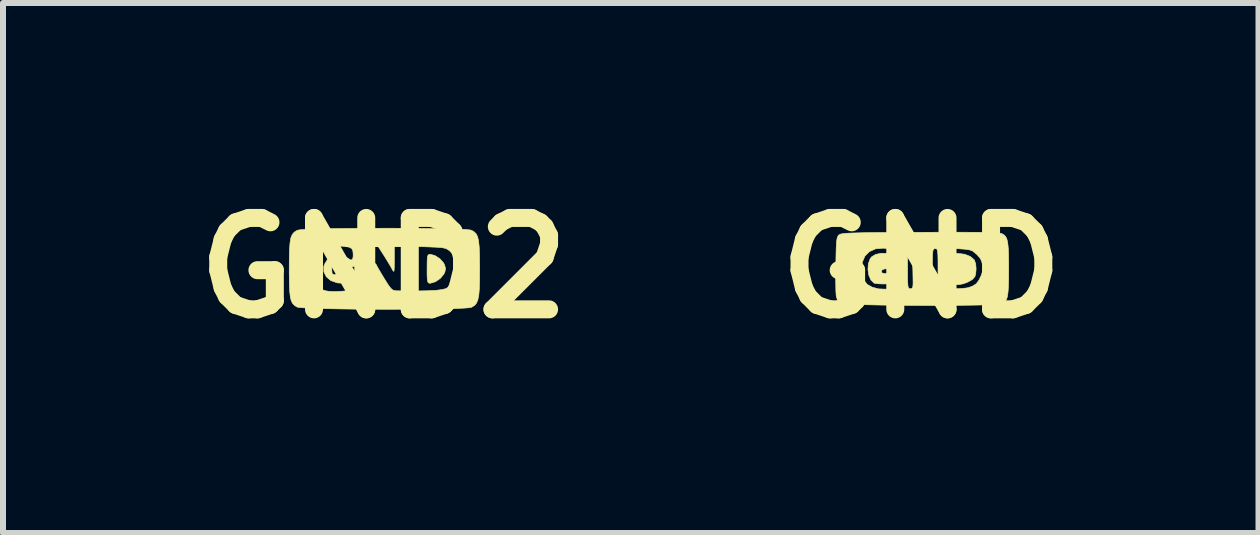
<source format=kicad_pcb>
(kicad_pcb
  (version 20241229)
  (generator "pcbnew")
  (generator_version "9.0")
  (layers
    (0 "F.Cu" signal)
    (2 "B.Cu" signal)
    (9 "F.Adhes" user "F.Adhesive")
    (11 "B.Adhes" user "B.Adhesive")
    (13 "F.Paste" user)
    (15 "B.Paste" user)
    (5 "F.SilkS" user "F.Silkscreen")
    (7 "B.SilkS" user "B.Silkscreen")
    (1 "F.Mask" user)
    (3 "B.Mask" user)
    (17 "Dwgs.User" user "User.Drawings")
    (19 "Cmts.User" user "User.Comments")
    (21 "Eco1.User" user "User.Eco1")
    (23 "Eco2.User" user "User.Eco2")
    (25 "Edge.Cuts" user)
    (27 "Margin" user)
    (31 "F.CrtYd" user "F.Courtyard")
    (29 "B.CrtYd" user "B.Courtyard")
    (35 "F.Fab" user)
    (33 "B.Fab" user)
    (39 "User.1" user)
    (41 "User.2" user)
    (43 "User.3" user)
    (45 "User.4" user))
  (footprint "GND2"
    (layer "F.Cu")
    (at 3.346 1.418)
    (property "Reference" "GND2" (at 0 0 0) (layer "F.SilkS") (effects (font (size 1.524 1.524) (thickness 0.3))))
    (attr through_hole)
    (fp_poly (pts (xy 0.854 -0.208) (xy 0.935 -0.156) (xy 0.998 -0.086) (xy 1.014 -0.056) (xy 1.032 0.007) (xy 1.021 0.065) (xy 1.005 0.099) (xy 0.946 0.172) (xy 0.863 0.229) (xy 0.778 0.254) (xy 0.77 0.254) (xy 0.748 0.249) (xy 0.735 0.228) (xy 0.727 0.181) (xy 0.724 0.1) (xy 0.724 0.013) (xy 0.725 -0.099) (xy 0.728 -0.17) (xy 0.737 -0.209) (xy 0.752 -0.225) (xy 0.775 -0.229) (xy 0.854 -0.208)) (stroke (width 0.01) (type solid)) (fill yes) (layer "F.SilkS"))
    (fp_poly (pts (xy 0.303 -0.662) (xy 0.533 -0.661) (xy 0.751 -0.658) (xy 0.95 -0.655) (xy 1.124 -0.651) (xy 1.269 -0.646) (xy 1.377 -0.641) (xy 1.444 -0.634) (xy 1.461 -0.63) (xy 1.506 -0.605) (xy 1.541 -0.571) (xy 1.566 -0.522) (xy 1.583 -0.45) (xy 1.593 -0.35) (xy 1.598 -0.214) (xy 1.6 -0.036) (xy 1.6 0.013) (xy 1.599 0.202) (xy 1.595 0.347) (xy 1.586 0.455) (xy 1.57 0.532) (xy 1.547 0.586) (xy 1.516 0.623) (xy 1.473 0.65) (xy 1.461 0.655) (xy 1.42 0.663) (xy 1.333 0.669) (xy 1.208 0.675) (xy 1.05 0.679) (xy 0.864 0.683) (xy 0.656 0.685) (xy 0.432 0.687) (xy 0.198 0.688) (xy -0.04 0.688) (xy -0.278 0.687) (xy -0.508 0.685) (xy -0.726 0.682) (xy -0.926 0.678) (xy -1.101 0.674) (xy -1.247 0.668) (xy -1.357 0.662) (xy -1.425 0.655) (xy -1.445 0.65) (xy -1.487 0.623) (xy -1.519 0.589) (xy -1.542 0.542) (xy -1.557 0.475) (xy -1.567 0.38) (xy -1.572 0.25) (xy -1.574 0.079) (xy -1.574 0.078) (xy -1.21 0.078) (xy -1.174 0.201) (xy -1.105 0.301) (xy -1.009 0.366) (xy -0.975 0.379) (xy -0.904 0.39) (xy -0.811 0.393) (xy -0.712 0.389) (xy -0.658 0.384) (xy 0.508 0.384) (xy 0.743 0.379) (xy 0.869 0.373) (xy 0.972 0.36) (xy 1.04 0.343) (xy 1.046 0.34) (xy 1.103 0.301) (xy 1.157 0.247) (xy 1.196 0.195) (xy 1.208 0.156) (xy 1.206 0.151) (xy 1.211 0.121) (xy 1.219 0.115) (xy 1.245 0.071) (xy 1.245 -0.001) (xy 1.224 -0.088) (xy 1.184 -0.177) (xy 1.13 -0.255) (xy 1.107 -0.279) (xy 1.071 -0.308) (xy 1.031 -0.327) (xy 0.975 -0.339) (xy 0.891 -0.346) (xy 0.773 -0.351) (xy 0.508 -0.361) (xy 0.508 0.384) (xy -0.658 0.384) (xy -0.623 0.38) (xy -0.562 0.365) (xy -0.549 0.358) (xy -0.512 0.343) (xy -0.499 0.347) (xy -0.491 0.332) (xy -0.486 0.277) (xy -0.483 0.193) (xy -0.483 0.169) (xy -0.483 -0.025) (xy -0.864 -0.025) (xy -0.864 0.046) (xy -0.859 0.093) (xy -0.836 0.11) (xy -0.778 0.107) (xy -0.775 0.106) (xy -0.715 0.103) (xy -0.691 0.12) (xy -0.686 0.169) (xy -0.686 0.178) (xy -0.689 0.232) (xy -0.708 0.252) (xy -0.759 0.249) (xy -0.778 0.246) (xy -0.881 0.21) (xy -0.956 0.146) (xy -0.997 0.064) (xy -0.998 -0.026) (xy -0.982 -0.069) (xy -0.942 -0.133) (xy -0.902 -0.177) (xy -0.832 -0.208) (xy -0.741 -0.214) (xy -0.654 -0.196) (xy -0.613 -0.173) (xy -0.554 -0.135) (xy -0.522 -0.138) (xy -0.509 -0.184) (xy -0.508 -0.227) (xy -0.513 -0.286) (xy -0.533 -0.325) (xy -0.577 -0.348) (xy -0.624 -0.356) (xy -0.356 -0.356) (xy -0.356 0.381) (xy -0.152 0.381) (xy -0.151 0.133) (xy -0.15 0.022) (xy -0.147 -0.045) (xy -0.14 -0.073) (xy -0.13 -0.068) (xy -0.12 -0.048) (xy -0.092 0.004) (xy -0.045 0.084) (xy 0.011 0.177) (xy 0.025 0.199) (xy 0.081 0.288) (xy 0.122 0.341) (xy 0.156 0.369) (xy 0.196 0.379) (xy 0.247 0.381) (xy 0.356 0.381) (xy 0.356 -0.356) (xy 0.178 -0.356) (xy 0.178 -0.133) (xy 0.177 -0.028) (xy 0.175 0.033) (xy 0.169 0.056) (xy 0.157 0.047) (xy 0.138 0.014) (xy 0.138 0.013) (xy 0.103 -0.049) (xy 0.052 -0.133) (xy 0.005 -0.209) (xy -0.089 -0.355) (xy -0.356 -0.356) (xy -0.624 -0.356) (xy -0.656 -0.361) (xy -0.758 -0.367) (xy -0.92 -0.357) (xy -1.048 -0.31) (xy -1.141 -0.228) (xy -1.197 -0.112) (xy -1.208 -0.06) (xy -1.21 0.078) (xy -1.574 0.078) (xy -1.574 0.018) (xy -1.573 -0.172) (xy -1.569 -0.318) (xy -1.56 -0.427) (xy -1.546 -0.505) (xy -1.523 -0.559) (xy -1.492 -0.596) (xy -1.45 -0.623) (xy -1.436 -0.63) (xy -1.395 -0.637) (xy -1.309 -0.643) (xy -1.184 -0.648) (xy -1.026 -0.653) (xy -0.84 -0.657) (xy -0.632 -0.659) (xy -0.408 -0.661) (xy -0.174 -0.662) (xy 0.065 -0.663) (xy 0.303 -0.662)) (stroke (width 0.01) (type solid)) (fill yes) (layer "F.SilkS")))
  (footprint "GND"
    (layer "F.Cu")
    (at 12.311 1.418)
    (property "Reference" "GND" (at 0 0 0) (layer "F.SilkS") (effects (font (size 1.524 1.524) (thickness 0.3))))
    (attr through_hole)
    (fp_poly (pts (xy 0.722 -0.229) (xy 0.815 -0.192) (xy 0.879 -0.138) (xy 0.884 -0.13) (xy 0.905 -0.07) (xy 0.912 0.014) (xy 0.905 0.098) (xy 0.891 0.145) (xy 0.851 0.19) (xy 0.781 0.231) (xy 0.699 0.263) (xy 0.619 0.277) (xy 0.613 0.277) (xy 0.531 0.277) (xy 0.531 0.017) (xy 0.531 -0.242) (xy 0.618 -0.242) (xy 0.722 -0.229)) (stroke (width 0.01) (type solid)) (fill yes) (layer "F.SilkS"))
    (fp_poly (pts (xy 0.75 -0.596) (xy 0.93 -0.595) (xy 1.074 -0.593) (xy 1.184 -0.589) (xy 1.263 -0.585) (xy 1.314 -0.58) (xy 1.338 -0.574) (xy 1.376 -0.553) (xy 1.404 -0.525) (xy 1.425 -0.482) (xy 1.439 -0.42) (xy 1.448 -0.332) (xy 1.453 -0.211) (xy 1.455 -0.053) (xy 1.455 0.012) (xy 1.454 0.184) (xy 1.45 0.317) (xy 1.443 0.415) (xy 1.431 0.486) (xy 1.413 0.534) (xy 1.388 0.567) (xy 1.354 0.59) (xy 1.342 0.596) (xy 1.305 0.603) (xy 1.226 0.609) (xy 1.113 0.613) (xy 0.969 0.617) (xy 0.799 0.62) (xy 0.61 0.622) (xy 0.406 0.624) (xy 0.192 0.624) (xy -0.027 0.624) (xy -0.245 0.623) (xy -0.457 0.621) (xy -0.658 0.618) (xy -0.842 0.614) (xy -1.006 0.61) (xy -1.142 0.605) (xy -1.247 0.599) (xy -1.315 0.593) (xy -1.339 0.587) (xy -1.382 0.559) (xy -1.399 0.538) (xy -1.409 0.503) (xy -1.418 0.482) (xy -1.422 0.448) (xy -1.426 0.376) (xy -1.428 0.273) (xy -1.429 0.146) (xy -1.428 0.026) (xy -0.996 0.026) (xy -0.97 0.163) (xy -0.951 0.212) (xy -0.903 0.274) (xy -0.821 0.32) (xy -0.716 0.348) (xy -0.599 0.353) (xy -0.508 0.341) (xy -0.445 0.32) (xy -0.41 0.286) (xy -0.396 0.227) (xy -0.397 0.148) (xy -0.404 0.012) (xy -0.531 0.012) (xy -0.607 0.014) (xy -0.648 0.025) (xy -0.664 0.047) (xy -0.665 0.052) (xy -0.662 0.078) (xy -0.632 0.09) (xy -0.579 0.092) (xy -0.519 0.095) (xy -0.492 0.109) (xy -0.485 0.147) (xy -0.485 0.173) (xy -0.489 0.228) (xy -0.5 0.256) (xy -0.502 0.258) (xy -0.563 0.264) (xy -0.641 0.266) (xy -0.717 0.263) (xy -0.774 0.256) (xy -0.789 0.251) (xy -0.842 0.2) (xy -0.877 0.12) (xy -0.891 0.025) (xy -0.885 -0.07) (xy -0.855 -0.153) (xy -0.83 -0.186) (xy -0.762 -0.227) (xy -0.669 -0.246) (xy -0.571 -0.243) (xy -0.488 -0.217) (xy -0.43 -0.19) (xy -0.402 -0.191) (xy -0.393 -0.219) (xy -0.393 -0.228) (xy -0.411 -0.273) (xy -0.468 -0.304) (xy -0.561 -0.323) (xy -0.231 -0.323) (xy -0.231 0.012) (xy -0.231 0.142) (xy -0.229 0.233) (xy -0.225 0.292) (xy -0.218 0.326) (xy -0.207 0.342) (xy -0.191 0.346) (xy -0.183 0.346) (xy -0.163 0.344) (xy -0.15 0.333) (xy -0.142 0.305) (xy -0.139 0.254) (xy -0.14 0.17) (xy -0.142 0.058) (xy -0.145 -0.052) (xy -0.146 -0.142) (xy -0.145 -0.205) (xy -0.143 -0.231) (xy -0.143 -0.231) (xy -0.131 -0.212) (xy -0.105 -0.16) (xy -0.071 -0.088) (xy -0.066 -0.077) (xy -0.028 0.003) (xy 0.008 0.068) (xy 0.033 0.105) (xy 0.034 0.106) (xy 0.06 0.145) (xy 0.092 0.208) (xy 0.107 0.241) (xy 0.138 0.306) (xy 0.168 0.337) (xy 0.208 0.346) (xy 0.214 0.346) (xy 0.277 0.346) (xy 0.462 0.346) (xy 0.583 0.346) (xy 0.672 0.342) (xy 0.758 0.332) (xy 0.788 0.326) (xy 0.857 0.3) (xy 0.913 0.264) (xy 0.916 0.261) (xy 0.958 0.205) (xy 0.995 0.13) (xy 1.021 0.053) (xy 1.03 -0.008) (xy 1.027 -0.024) (xy 1.011 -0.084) (xy 1.005 -0.111) (xy 0.979 -0.163) (xy 0.927 -0.223) (xy 0.863 -0.276) (xy 0.84 -0.29) (xy 0.796 -0.303) (xy 0.722 -0.314) (xy 0.633 -0.32) (xy 0.629 -0.321) (xy 0.462 -0.327) (xy 0.462 0.346) (xy 0.277 0.346) (xy 0.277 0.012) (xy 0.277 -0.119) (xy 0.275 -0.21) (xy 0.271 -0.269) (xy 0.264 -0.303) (xy 0.253 -0.319) (xy 0.237 -0.323) (xy 0.231 -0.323) (xy 0.211 -0.32) (xy 0.198 -0.307) (xy 0.19 -0.275) (xy 0.185 -0.216) (xy 0.183 -0.124) (xy 0.183 -0.052) (xy 0.181 0.219) (xy 0.099 0.048) (xy 0.058 -0.036) (xy 0.021 -0.105) (xy -0.006 -0.147) (xy -0.01 -0.152) (xy -0.039 -0.193) (xy -0.068 -0.252) (xy -0.068 -0.252) (xy -0.1 -0.304) (xy -0.145 -0.322) (xy -0.164 -0.323) (xy -0.231 -0.323) (xy -0.561 -0.323) (xy -0.566 -0.324) (xy -0.635 -0.331) (xy -0.763 -0.32) (xy -0.866 -0.274) (xy -0.942 -0.198) (xy -0.986 -0.096) (xy -0.996 0.026) (xy -1.428 0.026) (xy -1.428 0.003) (xy -1.427 -0.031) (xy -1.424 -0.193) (xy -1.421 -0.316) (xy -1.417 -0.405) (xy -1.411 -0.466) (xy -1.402 -0.507) (xy -1.391 -0.533) (xy -1.379 -0.548) (xy -1.368 -0.556) (xy -1.351 -0.564) (xy -1.324 -0.57) (xy -1.285 -0.576) (xy -1.228 -0.58) (xy -1.152 -0.583) (xy -1.051 -0.586) (xy -0.923 -0.589) (xy -0.763 -0.591) (xy -0.569 -0.592) (xy -0.336 -0.594) (xy -0.061 -0.595) (xy -0.031 -0.595) (xy 0.272 -0.596) (xy 0.532 -0.597) (xy 0.75 -0.596)) (stroke (width 0.01) (type solid)) (fill yes) (layer "F.SilkS")))
  (gr_rect
    (start -3 -3)
    (end 17.931 5.836)
    (stroke (width 0.1) (type default))
    (fill no)
    (layer "Edge.Cuts")))
</source>
